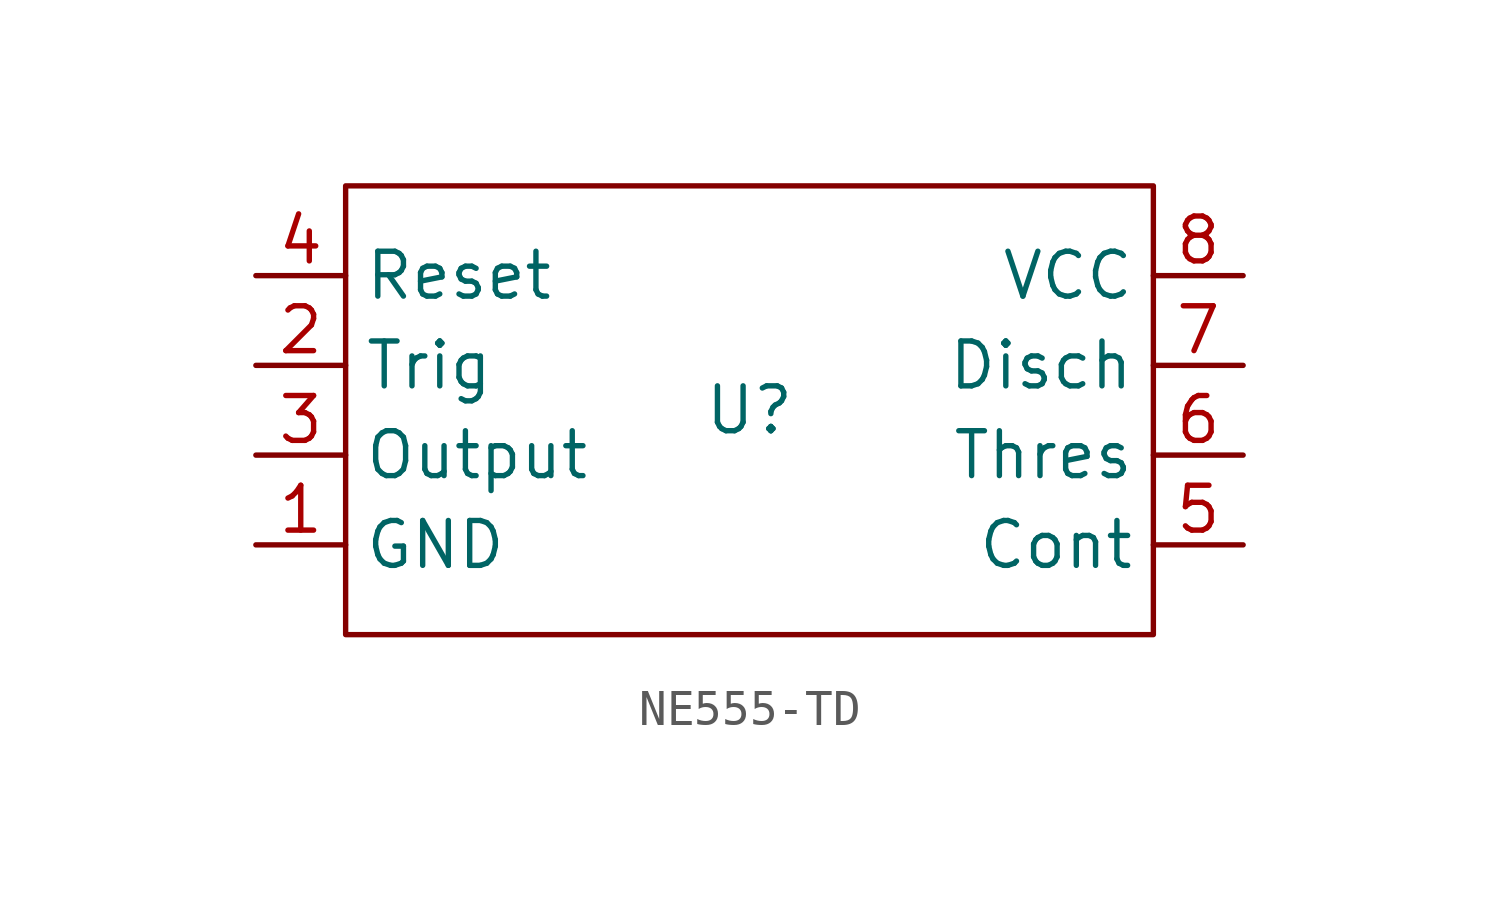
<source format=kicad_sym>
(kicad_symbol_lib
  (version 20241209)
  (generator "kicad_symbol_editor")
  (generator_version "9.0")
  (symbol "NE555-TD"
    (property "Reference" "U"
      (at 0 0 0)
      (effects (font (size 1.27 1.27))))
    (property "Value" ""
      (at 0 0 0)
      (effects (font (size 1.27 1.27))))
    (symbol "NE555-TD_1_0"
      (rectangle (start -11.43 6.35) (end 11.43 -6.35) (stroke (width 0) (type default)) (fill (type none)))
      (pin unspecified line (at -13.97 3.81 0) (length 2.54) (name "Reset" (effects (font (size 1.27 1.27)))) (number "4" (effects (font (size 1.27 1.27)))))
      (pin unspecified line (at -13.97 1.27 0) (length 2.54) (name "Trig" (effects (font (size 1.27 1.27)))) (number "2" (effects (font (size 1.27 1.27)))))
      (pin unspecified line (at -13.97 -1.27 0) (length 2.54) (name "Output" (effects (font (size 1.27 1.27)))) (number "3" (effects (font (size 1.27 1.27)))))
      (pin unspecified line (at -13.97 -3.81 0) (length 2.54) (name "GND" (effects (font (size 1.27 1.27)))) (number "1" (effects (font (size 1.27 1.27)))))
      (pin unspecified line (at 13.97 3.81 180) (length 2.54) (name "VCC" (effects (font (size 1.27 1.27)))) (number "8" (effects (font (size 1.27 1.27)))))
      (pin unspecified line (at 13.97 1.27 180) (length 2.54) (name "Disch" (effects (font (size 1.27 1.27)))) (number "7" (effects (font (size 1.27 1.27)))))
      (pin unspecified line (at 13.97 -1.27 180) (length 2.54) (name "Thres" (effects (font (size 1.27 1.27)))) (number "6" (effects (font (size 1.27 1.27)))))
      (pin unspecified line (at 13.97 -3.81 180) (length 2.54) (name "Cont" (effects (font (size 1.27 1.27)))) (number "5" (effects (font (size 1.27 1.27))))))))
</source>
